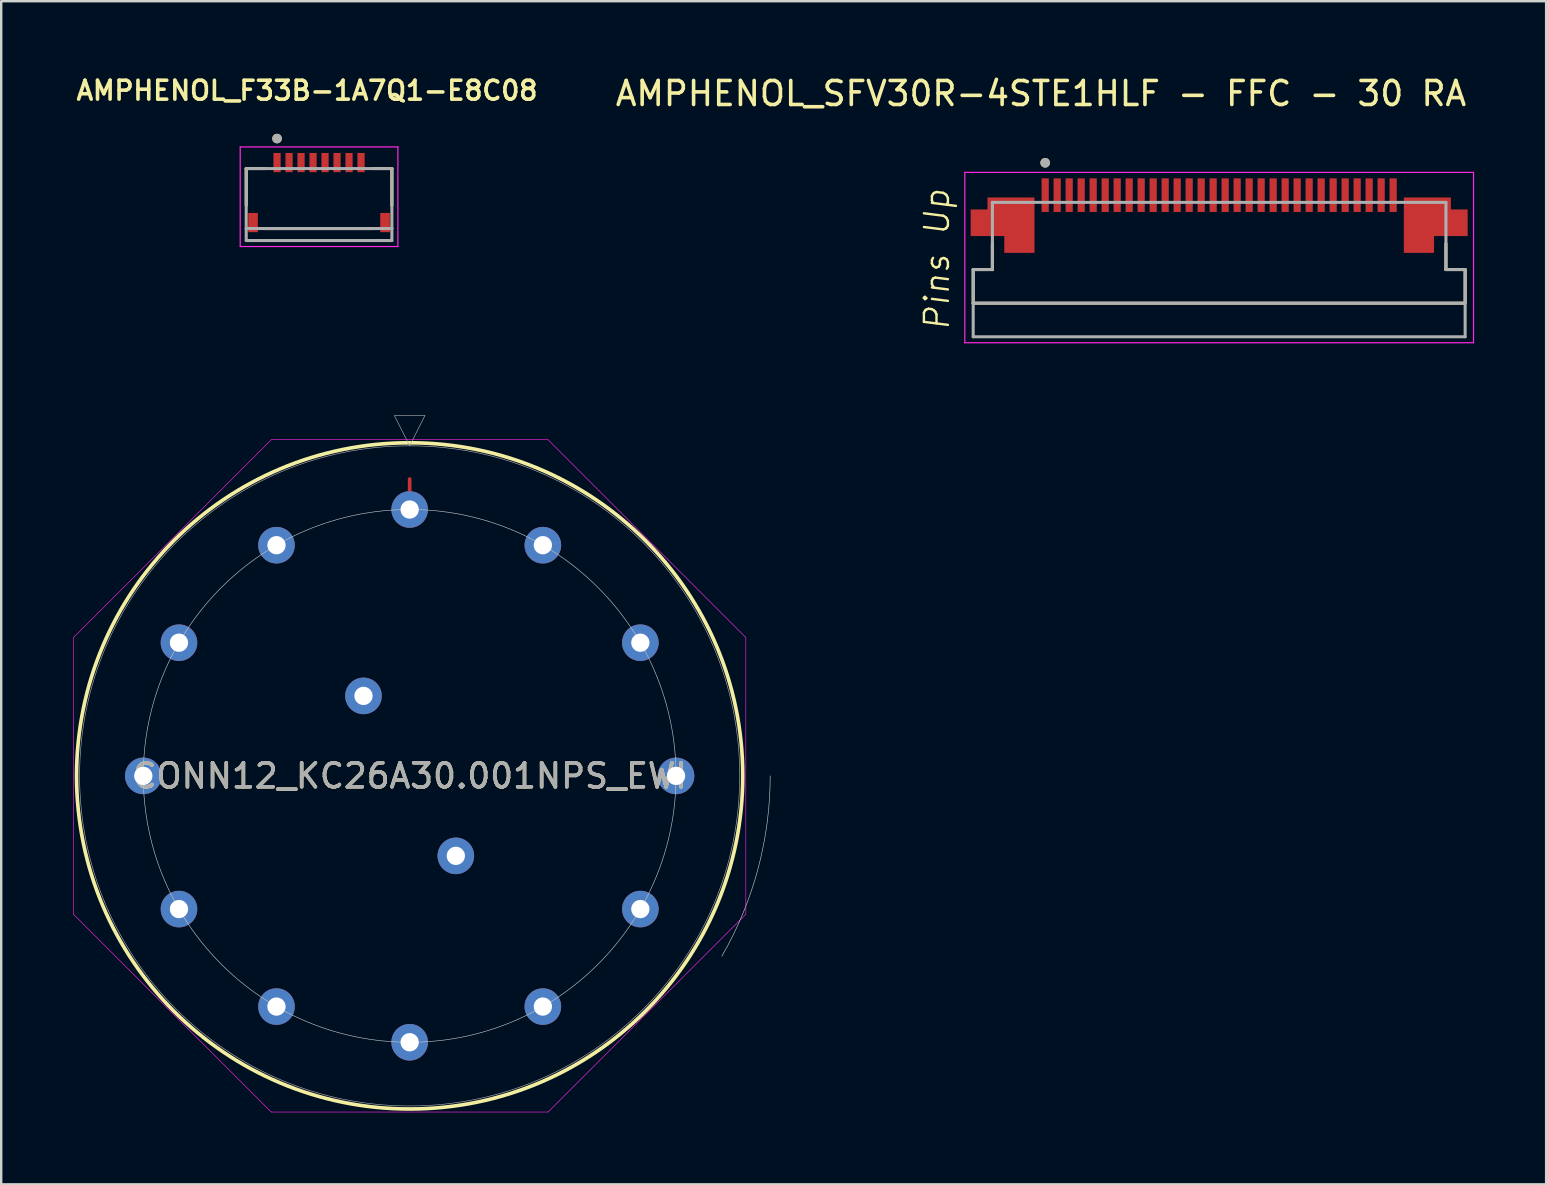
<source format=kicad_pcb>
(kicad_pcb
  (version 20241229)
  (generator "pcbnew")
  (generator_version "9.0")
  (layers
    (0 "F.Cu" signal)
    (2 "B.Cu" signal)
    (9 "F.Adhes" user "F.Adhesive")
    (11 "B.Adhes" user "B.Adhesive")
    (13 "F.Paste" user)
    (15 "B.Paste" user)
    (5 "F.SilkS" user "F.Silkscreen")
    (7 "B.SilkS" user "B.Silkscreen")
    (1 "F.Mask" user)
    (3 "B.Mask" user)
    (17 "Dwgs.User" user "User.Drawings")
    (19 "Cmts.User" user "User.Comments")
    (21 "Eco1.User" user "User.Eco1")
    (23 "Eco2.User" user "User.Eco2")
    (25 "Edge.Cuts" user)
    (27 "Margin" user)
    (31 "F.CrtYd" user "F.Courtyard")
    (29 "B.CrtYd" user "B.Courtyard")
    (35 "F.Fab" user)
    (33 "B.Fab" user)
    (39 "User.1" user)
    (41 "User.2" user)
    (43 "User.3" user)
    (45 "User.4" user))
  (footprint "CONN12_KC26A30.001NPS_EWI"
    (layer "F.Cu")
    (at 14.021 18.182)
    (property "Reference" "CONN12_KC26A30.001NPS_EWI" (at 0 11.1 0) (unlocked yes) (layer "F.SilkS") (effects (font (size 1 1) (thickness 0.15))))
    (attr through_hole)
    (fp_line (start 0 0) (end 0 -1.27) (stroke (width 0.152) (type solid)) (layer "F.Cu"))
    (fp_circle (center 0 11.1) (end 13.881 11.1) (stroke (width 0.152) (type solid)) (fill no) (layer "F.SilkS"))
    (fp_arc (start 15.0241 11.0998) (mid 14.512166 14.988323) (end 13.011252 18.61185) (stroke (width 0.0254) (type solid)) (layer "Dwgs.User"))
    (fp_circle (center 0 11.1) (end 11.1 11.1) (stroke (width 0.025) (type solid)) (fill no) (layer "Dwgs.User"))
    (fp_line (start -14.008 5.332) (end -5.768 -2.908) (stroke (width 0.025) (type solid)) (layer "F.CrtYd"))
    (fp_line (start -14.008 16.868) (end -14.008 5.332) (stroke (width 0.025) (type solid)) (layer "F.CrtYd"))
    (fp_line (start -5.768 -2.908) (end 5.768 -2.908) (stroke (width 0.025) (type solid)) (layer "F.CrtYd"))
    (fp_line (start -5.768 25.108) (end -14.008 16.868) (stroke (width 0.025) (type solid)) (layer "F.CrtYd"))
    (fp_line (start 5.768 -2.908) (end 14.008 5.332) (stroke (width 0.025) (type solid)) (layer "F.CrtYd"))
    (fp_line (start 5.768 25.108) (end -5.768 25.108) (stroke (width 0.025) (type solid)) (layer "F.CrtYd"))
    (fp_line (start 14.008 5.332) (end 14.008 16.868) (stroke (width 0.025) (type solid)) (layer "F.CrtYd"))
    (fp_line (start 14.008 16.868) (end 5.768 25.108) (stroke (width 0.025) (type solid)) (layer "F.CrtYd"))
    (fp_line (start -0.634 -3.911) (end 0.634 -3.911) (stroke (width 0.025) (type solid)) (layer "F.Fab"))
    (fp_line (start 0 -2.654) (end -0.634 -3.911) (stroke (width 0.025) (type solid)) (layer "F.Fab"))
    (fp_line (start 0.634 -3.911) (end 0 -2.654) (stroke (width 0.025) (type solid)) (layer "F.Fab"))
    (fp_circle (center 0 11.1) (end 13.754 11.1) (stroke (width 0.025) (type solid)) (fill no) (layer "F.Fab"))
    (fp_text user "${REFERENCE}" (at 0 11.1 0) (unlocked yes) (layer "F.Fab") (effects (font (size 1 1) (thickness 0.15))))
    (pad "1" thru_hole circle (at 0 0) (size 1.524 1.524) (drill 0.762) (layers "*.Cu" "*.Mask"))
    (pad "2" thru_hole circle (at -5.55 1.487 30) (size 1.524 1.524) (drill 0.762) (layers "*.Cu" "*.Mask"))
    (pad "3" thru_hole circle (at -9.613 5.55 60) (size 1.524 1.524) (drill 0.762) (layers "*.Cu" "*.Mask"))
    (pad "4" thru_hole circle (at -11.1 11.1 90) (size 1.524 1.524) (drill 0.762) (layers "*.Cu" "*.Mask"))
    (pad "5" thru_hole circle (at -9.613 16.65 120) (size 1.524 1.524) (drill 0.762) (layers "*.Cu" "*.Mask"))
    (pad "6" thru_hole circle (at -5.55 20.713 150) (size 1.524 1.524) (drill 0.762) (layers "*.Cu" "*.Mask"))
    (pad "7" thru_hole circle (at 0 22.2) (size 1.524 1.524) (drill 0.762) (layers "*.Cu" "*.Mask"))
    (pad "8" thru_hole circle (at 5.55 20.713 210) (size 1.524 1.524) (drill 0.762) (layers "*.Cu" "*.Mask"))
    (pad "9" thru_hole circle (at 9.613 16.65 240) (size 1.524 1.524) (drill 0.762) (layers "*.Cu" "*.Mask"))
    (pad "10" thru_hole circle (at 11.1 11.1 90) (size 1.524 1.524) (drill 0.762) (layers "*.Cu" "*.Mask"))
    (pad "11" thru_hole circle (at 9.613 5.55 300) (size 1.524 1.524) (drill 0.762) (layers "*.Cu" "*.Mask"))
    (pad "12" thru_hole circle (at 5.55 1.487 330) (size 1.524 1.524) (drill 0.762) (layers "*.Cu" "*.Mask"))
    (pad "13" thru_hole circle (at -1.924 7.767) (size 1.524 1.524) (drill 0.762) (layers "*.Cu" "*.Mask"))
    (pad "14" thru_hole circle (at 1.924 14.432) (size 1.524 1.524) (drill 0.762) (layers "*.Cu" "*.Mask")))
  (footprint "AMPHENOL_F33B-1A7Q1-E8C08"
    (layer "F.Cu")
    (at 10.245 5.474)
    (property "Reference" "AMPHENOL_F33B-1A7Q1-E8C08" (at -0.5 -4.75 0) (layer "F.SilkS") (effects (font (size 0.787 0.787) (thickness 0.15))))
    (attr smd)
    (fp_line (start -3.035 -1.5) (end -2.22 -1.5) (stroke (width 0.127) (type solid)) (layer "F.SilkS"))
    (fp_line (start -3.035 0.03) (end -3.035 -1.5) (stroke (width 0.127) (type solid)) (layer "F.SilkS"))
    (fp_line (start 2.22 -1.5) (end 3.035 -1.5) (stroke (width 0.127) (type solid)) (layer "F.SilkS"))
    (fp_line (start 2.23 1) (end -2.23 1) (stroke (width 0.127) (type solid)) (layer "F.SilkS"))
    (fp_line (start 3.035 -1.5) (end 3.035 0.03) (stroke (width 0.127) (type solid)) (layer "F.SilkS"))
    (fp_circle (center -1.75 -2.75) (end -1.65 -2.75) (stroke (width 0.2) (type solid)) (fill no) (layer "F.SilkS"))
    (fp_line (start -3.285 -2.4) (end -3.285 1.75) (stroke (width 0.05) (type solid)) (layer "F.CrtYd"))
    (fp_line (start -3.285 1.75) (end 3.285 1.75) (stroke (width 0.05) (type solid)) (layer "F.CrtYd"))
    (fp_line (start 3.285 -2.4) (end -3.285 -2.4) (stroke (width 0.05) (type solid)) (layer "F.CrtYd"))
    (fp_line (start 3.285 1.75) (end 3.285 -2.4) (stroke (width 0.05) (type solid)) (layer "F.CrtYd"))
    (fp_line (start -3.035 -1.5) (end 3.035 -1.5) (stroke (width 0.127) (type solid)) (layer "F.Fab"))
    (fp_line (start -3.035 1) (end -3.035 -1.5) (stroke (width 0.127) (type solid)) (layer "F.Fab"))
    (fp_line (start -3.035 1) (end 3.035 1) (stroke (width 0.127) (type solid)) (layer "F.Fab"))
    (fp_line (start -3.035 1.5) (end -3.035 1) (stroke (width 0.127) (type solid)) (layer "F.Fab"))
    (fp_line (start 3.035 -1.5) (end 3.035 1) (stroke (width 0.127) (type solid)) (layer "F.Fab"))
    (fp_line (start 3.035 1) (end 3.035 1.5) (stroke (width 0.127) (type solid)) (layer "F.Fab"))
    (fp_line (start 3.035 1.5) (end -3.035 1.5) (stroke (width 0.127) (type solid)) (layer "F.Fab"))
    (fp_circle (center -1.75 -2.75) (end -1.65 -2.75) (stroke (width 0.2) (type solid)) (fill no) (layer "F.Fab"))
    (pad "1" smd rect (at -1.75 -1.75) (size 0.3 0.8) (layers "F.Cu" "F.Mask" "F.Paste"))
    (pad "2" smd rect (at -1.25 -1.75) (size 0.3 0.8) (layers "F.Cu" "F.Mask" "F.Paste"))
    (pad "3" smd rect (at -0.75 -1.75) (size 0.3 0.8) (layers "F.Cu" "F.Mask" "F.Paste"))
    (pad "4" smd rect (at -0.25 -1.75) (size 0.3 0.8) (layers "F.Cu" "F.Mask" "F.Paste"))
    (pad "5" smd rect (at 0.25 -1.75) (size 0.3 0.8) (layers "F.Cu" "F.Mask" "F.Paste"))
    (pad "6" smd rect (at 0.75 -1.75) (size 0.3 0.8) (layers "F.Cu" "F.Mask" "F.Paste"))
    (pad "7" smd rect (at 1.25 -1.75) (size 0.3 0.8) (layers "F.Cu" "F.Mask" "F.Paste"))
    (pad "8" smd rect (at 1.75 -1.75) (size 0.3 0.8) (layers "F.Cu" "F.Mask" "F.Paste"))
    (pad "SH1" smd rect (at -2.75 0.75) (size 0.4 0.8) (layers "F.Cu" "F.Mask" "F.Paste"))
    (pad "SH2" smd rect (at 2.75 0.75) (size 0.4 0.8) (layers "F.Cu" "F.Mask" "F.Paste")))
  (footprint "AMPHENOL_SFV30R-4STE1HLF - FFC - 30 RA"
    (layer "F.Cu")
    (at 47.754 7.483)
    (property "Reference" "AMPHENOL_SFV30R-4STE1HLF - FFC - 30 RA" (at -7.425 -6.635 0) (layer "F.SilkS") (effects (font (size 1 1) (thickness 0.15))))
    (attr smd)
    (fp_poly (pts (xy -7.6 -2.4) (xy -7.6 0.1) (xy -9.05 0.1) (xy -9.05 -0.6) (xy -10.45 -0.6) (xy -10.45 -1.9) (xy -9.75 -1.9) (xy -9.75 -2.4)) (stroke (width 0.01) (type solid)) (fill yes) (layer "F.Mask"))
    (fp_poly (pts (xy 7.6 -2.4) (xy 7.6 0.1) (xy 9.05 0.1) (xy 9.05 -0.6) (xy 10.45 -0.6) (xy 10.45 -1.9) (xy 9.75 -1.9) (xy 9.75 -2.4)) (stroke (width 0.01) (type solid)) (fill yes) (layer "F.Mask"))
    (fp_line (start -10.25 0.7) (end -10.25 2.1) (stroke (width 0.127) (type solid)) (layer "F.SilkS"))
    (fp_line (start -10.25 0.7) (end -9.45 0.7) (stroke (width 0.127) (type solid)) (layer "F.SilkS"))
    (fp_line (start -10.25 2.1) (end 10.25 2.1) (stroke (width 0.127) (type solid)) (layer "F.SilkS"))
    (fp_line (start -9.45 0.7) (end -9.45 -0.38) (stroke (width 0.127) (type solid)) (layer "F.SilkS"))
    (fp_line (start 9.45 0.7) (end 9.45 -0.38) (stroke (width 0.127) (type solid)) (layer "F.SilkS"))
    (fp_line (start 10.25 0.7) (end 9.45 0.7) (stroke (width 0.127) (type solid)) (layer "F.SilkS"))
    (fp_line (start 10.25 2.1) (end 10.25 0.7) (stroke (width 0.127) (type solid)) (layer "F.SilkS"))
    (fp_circle (center -7.25 -3.75) (end -7.15 -3.75) (stroke (width 0.2) (type solid)) (fill no) (layer "F.SilkS"))
    (fp_poly (pts (xy -7.7 -2.3) (xy -7.7 0) (xy -8.95 0) (xy -8.95 -0.7) (xy -10.35 -0.7) (xy -10.35 -1.8) (xy -9.65 -1.8) (xy -9.65 -2.3)) (stroke (width 0.01) (type solid)) (fill yes) (layer "F.Paste"))
    (fp_poly (pts (xy 7.7 -2.3) (xy 7.7 0) (xy 8.95 0) (xy 8.95 -0.7) (xy 10.35 -0.7) (xy 10.35 -1.8) (xy 9.65 -1.8) (xy 9.65 -2.3)) (stroke (width 0.01) (type solid)) (fill yes) (layer "F.Paste"))
    (fp_line (start -10.6 -3.35) (end -10.6 3.75) (stroke (width 0.05) (type solid)) (layer "F.CrtYd"))
    (fp_line (start -10.6 3.75) (end 10.6 3.75) (stroke (width 0.05) (type solid)) (layer "F.CrtYd"))
    (fp_line (start 10.6 -3.35) (end -10.6 -3.35) (stroke (width 0.05) (type solid)) (layer "F.CrtYd"))
    (fp_line (start 10.6 3.75) (end 10.6 -3.35) (stroke (width 0.05) (type solid)) (layer "F.CrtYd"))
    (fp_line (start -10.25 0.7) (end -9.45 0.7) (stroke (width 0.127) (type solid)) (layer "F.Fab"))
    (fp_line (start -10.25 2.1) (end -10.25 0.7) (stroke (width 0.127) (type solid)) (layer "F.Fab"))
    (fp_line (start -10.25 3.5) (end -10.25 2.1) (stroke (width 0.127) (type solid)) (layer "F.Fab"))
    (fp_line (start -9.45 -2.1) (end 9.45 -2.1) (stroke (width 0.127) (type solid)) (layer "F.Fab"))
    (fp_line (start -9.45 0.7) (end -9.45 -2.1) (stroke (width 0.127) (type solid)) (layer "F.Fab"))
    (fp_line (start 9.45 -2.1) (end 9.45 0.7) (stroke (width 0.127) (type solid)) (layer "F.Fab"))
    (fp_line (start 9.45 0.7) (end 10.25 0.7) (stroke (width 0.127) (type solid)) (layer "F.Fab"))
    (fp_line (start 10.25 0.7) (end 10.25 2.1) (stroke (width 0.127) (type solid)) (layer "F.Fab"))
    (fp_line (start 10.25 2.1) (end -10.25 2.1) (stroke (width 0.127) (type solid)) (layer "F.Fab"))
    (fp_line (start 10.25 2.1) (end 10.25 3.5) (stroke (width 0.127) (type solid)) (layer "F.Fab"))
    (fp_line (start 10.25 3.5) (end -10.25 3.5) (stroke (width 0.127) (type solid)) (layer "F.Fab"))
    (fp_circle (center -7.25 -3.75) (end -7.15 -3.75) (stroke (width 0.2) (type solid)) (fill no) (layer "F.Fab"))
    (fp_text user "Pins Up" (at -11.176 3.302 90) (unlocked yes) (layer "F.SilkS") (effects (font (size 1 1) (thickness 0.1) (italic yes)) (justify left bottom)))
    (pad "1" smd rect (at -7.25 -2.4) (size 0.3 1.4) (layers "F.Cu" "F.Mask" "F.Paste"))
    (pad "2" smd rect (at -6.75 -2.4) (size 0.3 1.4) (layers "F.Cu" "F.Mask" "F.Paste"))
    (pad "3" smd rect (at -6.25 -2.4) (size 0.3 1.4) (layers "F.Cu" "F.Mask" "F.Paste"))
    (pad "4" smd rect (at -5.75 -2.4) (size 0.3 1.4) (layers "F.Cu" "F.Mask" "F.Paste"))
    (pad "5" smd rect (at -5.25 -2.4) (size 0.3 1.4) (layers "F.Cu" "F.Mask" "F.Paste"))
    (pad "6" smd rect (at -4.75 -2.4) (size 0.3 1.4) (layers "F.Cu" "F.Mask" "F.Paste"))
    (pad "7" smd rect (at -4.25 -2.4) (size 0.3 1.4) (layers "F.Cu" "F.Mask" "F.Paste"))
    (pad "8" smd rect (at -3.75 -2.4) (size 0.3 1.4) (layers "F.Cu" "F.Mask" "F.Paste"))
    (pad "9" smd rect (at -3.25 -2.4) (size 0.3 1.4) (layers "F.Cu" "F.Mask" "F.Paste"))
    (pad "10" smd rect (at -2.75 -2.4) (size 0.3 1.4) (layers "F.Cu" "F.Mask" "F.Paste"))
    (pad "11" smd rect (at -2.25 -2.4) (size 0.3 1.4) (layers "F.Cu" "F.Mask" "F.Paste"))
    (pad "12" smd rect (at -1.75 -2.4) (size 0.3 1.4) (layers "F.Cu" "F.Mask" "F.Paste"))
    (pad "13" smd rect (at -1.25 -2.4) (size 0.3 1.4) (layers "F.Cu" "F.Mask" "F.Paste"))
    (pad "14" smd rect (at -0.75 -2.4) (size 0.3 1.4) (layers "F.Cu" "F.Mask" "F.Paste"))
    (pad "15" smd rect (at -0.25 -2.4) (size 0.3 1.4) (layers "F.Cu" "F.Mask" "F.Paste"))
    (pad "16" smd rect (at 0.25 -2.4) (size 0.3 1.4) (layers "F.Cu" "F.Mask" "F.Paste"))
    (pad "17" smd rect (at 0.75 -2.4) (size 0.3 1.4) (layers "F.Cu" "F.Mask" "F.Paste"))
    (pad "18" smd rect (at 1.25 -2.4) (size 0.3 1.4) (layers "F.Cu" "F.Mask" "F.Paste"))
    (pad "19" smd rect (at 1.75 -2.4) (size 0.3 1.4) (layers "F.Cu" "F.Mask" "F.Paste"))
    (pad "20" smd rect (at 2.25 -2.4) (size 0.3 1.4) (layers "F.Cu" "F.Mask" "F.Paste"))
    (pad "21" smd rect (at 2.75 -2.4) (size 0.3 1.4) (layers "F.Cu" "F.Mask" "F.Paste"))
    (pad "22" smd rect (at 3.25 -2.4) (size 0.3 1.4) (layers "F.Cu" "F.Mask" "F.Paste"))
    (pad "23" smd rect (at 3.75 -2.4) (size 0.3 1.4) (layers "F.Cu" "F.Mask" "F.Paste"))
    (pad "24" smd rect (at 4.25 -2.4) (size 0.3 1.4) (layers "F.Cu" "F.Mask" "F.Paste"))
    (pad "25" smd rect (at 4.75 -2.4) (size 0.3 1.4) (layers "F.Cu" "F.Mask" "F.Paste"))
    (pad "26" smd rect (at 5.25 -2.4) (size 0.3 1.4) (layers "F.Cu" "F.Mask" "F.Paste"))
    (pad "27" smd rect (at 5.75 -2.4) (size 0.3 1.4) (layers "F.Cu" "F.Mask" "F.Paste"))
    (pad "28" smd rect (at 6.25 -2.4) (size 0.3 1.4) (layers "F.Cu" "F.Mask" "F.Paste"))
    (pad "29" smd rect (at 6.75 -2.4) (size 0.3 1.4) (layers "F.Cu" "F.Mask" "F.Paste"))
    (pad "30" smd rect (at 7.25 -2.4) (size 0.3 1.4) (layers "F.Cu" "F.Mask" "F.Paste"))
    (pad "SH1" smd custom (at -8.675 -1.5) (size 1 1) (layers "F.Cu") (options (anchor rect)) (primitives (gr_poly (pts (xy 0.975 -0.8) (xy 0.975 1.5) (xy -0.275 1.5) (xy -0.275 0.8) (xy -1.675 0.8) (xy -1.675 -0.3) (xy -0.975 -0.3) (xy -0.975 -0.8)) (width 0.01) (fill yes))))
    (pad "SH2" smd custom (at 8.675 -1.5) (size 1 1) (layers "F.Cu") (options (anchor rect)) (primitives (gr_poly (pts (xy -0.975 -0.8) (xy -0.975 1.5) (xy 0.275 1.5) (xy 0.275 0.8) (xy 1.675 0.8) (xy 1.675 -0.3) (xy 0.975 -0.3) (xy 0.975 -0.8)) (width 0.01) (fill yes)))))
  (gr_rect
    (start -3 -3)
    (end 61.379 46.302)
    (stroke (width 0.1) (type default))
    (fill no)
    (layer "Edge.Cuts")))
</source>
